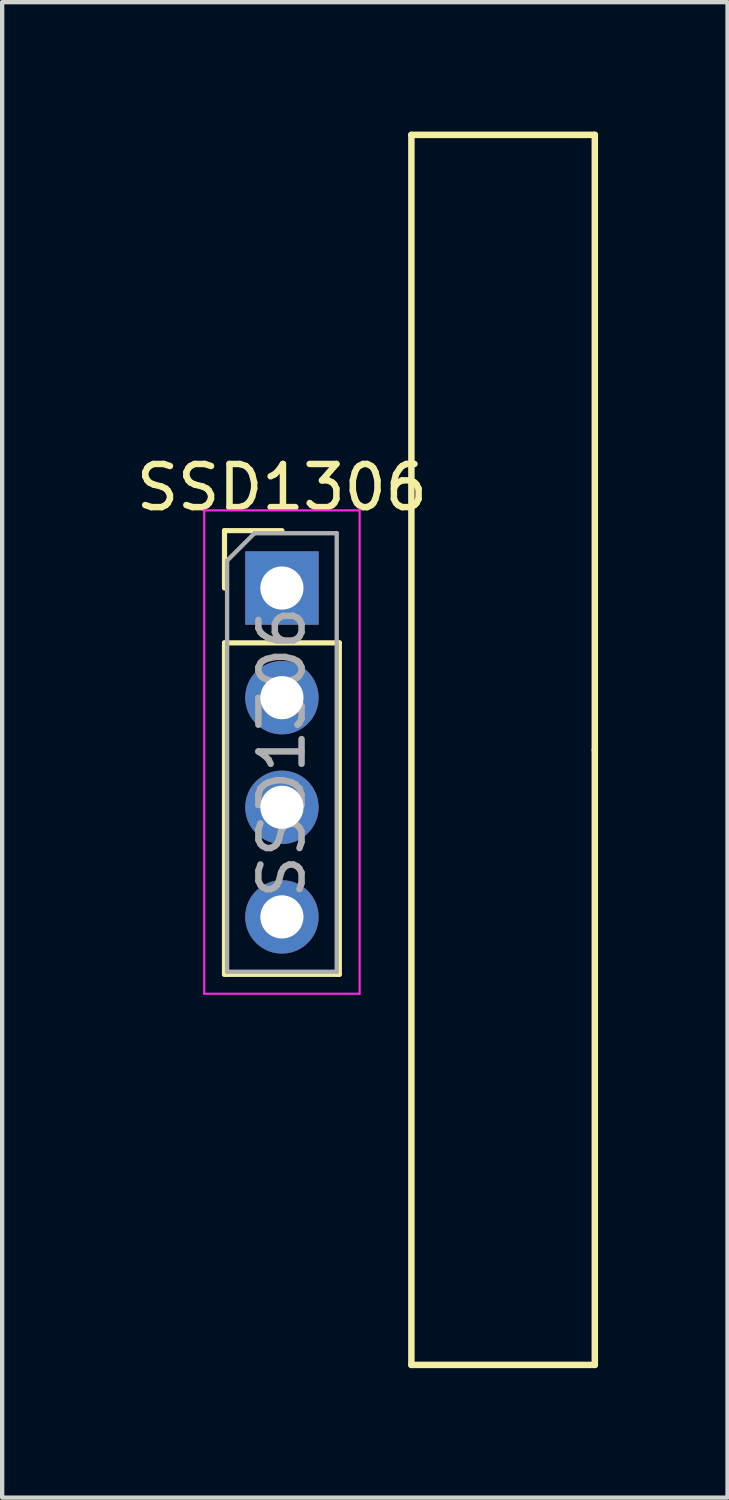
<source format=kicad_pcb>
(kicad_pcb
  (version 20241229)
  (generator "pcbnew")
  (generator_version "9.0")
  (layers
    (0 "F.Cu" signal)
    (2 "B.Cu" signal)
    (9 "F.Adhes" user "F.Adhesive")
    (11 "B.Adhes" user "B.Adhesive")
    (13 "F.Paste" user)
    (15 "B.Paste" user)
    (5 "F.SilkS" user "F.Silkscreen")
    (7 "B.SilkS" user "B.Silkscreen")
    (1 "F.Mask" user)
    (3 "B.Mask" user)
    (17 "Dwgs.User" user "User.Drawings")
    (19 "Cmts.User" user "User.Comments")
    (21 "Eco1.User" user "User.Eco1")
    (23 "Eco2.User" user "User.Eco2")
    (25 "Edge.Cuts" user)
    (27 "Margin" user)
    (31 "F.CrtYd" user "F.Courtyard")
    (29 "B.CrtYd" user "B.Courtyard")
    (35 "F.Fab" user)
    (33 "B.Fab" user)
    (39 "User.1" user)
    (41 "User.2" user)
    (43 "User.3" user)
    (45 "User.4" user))
  (footprint "SSD1306"
    (layer "F.Cu")
    (at 3.482 14.325)
    (property "Reference" "SSD1306" (at 0 -6.08 0) (layer "F.SilkS") (effects (font (size 1 1) (thickness 0.15))))
    (attr through_hole)
    (fp_line (start -1.33 -5.08) (end 0 -5.08) (stroke (width 0.12) (type solid)) (layer "F.SilkS"))
    (fp_line (start -1.33 -3.75) (end -1.33 -5.08) (stroke (width 0.12) (type solid)) (layer "F.SilkS"))
    (fp_line (start -1.33 -2.48) (end -1.33 5.2) (stroke (width 0.12) (type solid)) (layer "F.SilkS"))
    (fp_line (start -1.33 -2.48) (end 1.33 -2.48) (stroke (width 0.12) (type solid)) (layer "F.SilkS"))
    (fp_line (start -1.33 5.2) (end 1.33 5.2) (stroke (width 0.12) (type solid)) (layer "F.SilkS"))
    (fp_line (start 1.33 -2.48) (end 1.33 5.2) (stroke (width 0.12) (type solid)) (layer "F.SilkS"))
    (fp_line (start 3 -14.25) (end 3 14.25) (stroke (width 0.15) (type solid)) (layer "F.SilkS"))
    (fp_line (start 3 14.25) (end 7.25 14.25) (stroke (width 0.15) (type solid)) (layer "F.SilkS"))
    (fp_line (start 7.25 -14.25) (end 3 -14.25) (stroke (width 0.15) (type solid)) (layer "F.SilkS"))
    (fp_line (start 7.25 0) (end 7.25 -14.25) (stroke (width 0.15) (type solid)) (layer "F.SilkS"))
    (fp_line (start 7.25 14.25) (end 7.25 0) (stroke (width 0.15) (type solid)) (layer "F.SilkS"))
    (fp_line (start -1.8 -5.55) (end -1.8 5.65) (stroke (width 0.05) (type solid)) (layer "F.CrtYd"))
    (fp_line (start -1.8 5.65) (end 1.8 5.65) (stroke (width 0.05) (type solid)) (layer "F.CrtYd"))
    (fp_line (start 1.8 -5.55) (end -1.8 -5.55) (stroke (width 0.05) (type solid)) (layer "F.CrtYd"))
    (fp_line (start 1.8 5.65) (end 1.8 -5.55) (stroke (width 0.05) (type solid)) (layer "F.CrtYd"))
    (fp_line (start -1.27 -4.385) (end -0.635 -5.02) (stroke (width 0.1) (type solid)) (layer "F.Fab"))
    (fp_line (start -1.27 5.14) (end -1.27 -4.385) (stroke (width 0.1) (type solid)) (layer "F.Fab"))
    (fp_line (start -0.635 -5.02) (end 1.27 -5.02) (stroke (width 0.1) (type solid)) (layer "F.Fab"))
    (fp_line (start 1.27 -5.02) (end 1.27 5.14) (stroke (width 0.1) (type solid)) (layer "F.Fab"))
    (fp_line (start 1.27 5.14) (end -1.27 5.14) (stroke (width 0.1) (type solid)) (layer "F.Fab"))
    (fp_text user "${REFERENCE}" (at 0 0.06 90) (layer "F.Fab") (effects (font (size 1 1) (thickness 0.15))))
    (pad "1" thru_hole rect (at 0 -3.75) (size 1.7 1.7) (drill 1) (layers "*.Cu" "*.Mask"))
    (pad "2" thru_hole oval (at 0 -1.21) (size 1.7 1.7) (drill 1) (layers "*.Cu" "*.Mask"))
    (pad "3" thru_hole oval (at 0 1.33) (size 1.7 1.7) (drill 1) (layers "*.Cu" "*.Mask"))
    (pad "4" thru_hole oval (at 0 3.87) (size 1.7 1.7) (drill 1) (layers "*.Cu" "*.Mask")))
  (gr_rect
    (start -3 -3)
    (end 13.807 31.65)
    (stroke (width 0.1) (type default))
    (fill no)
    (layer "Edge.Cuts")))
</source>
